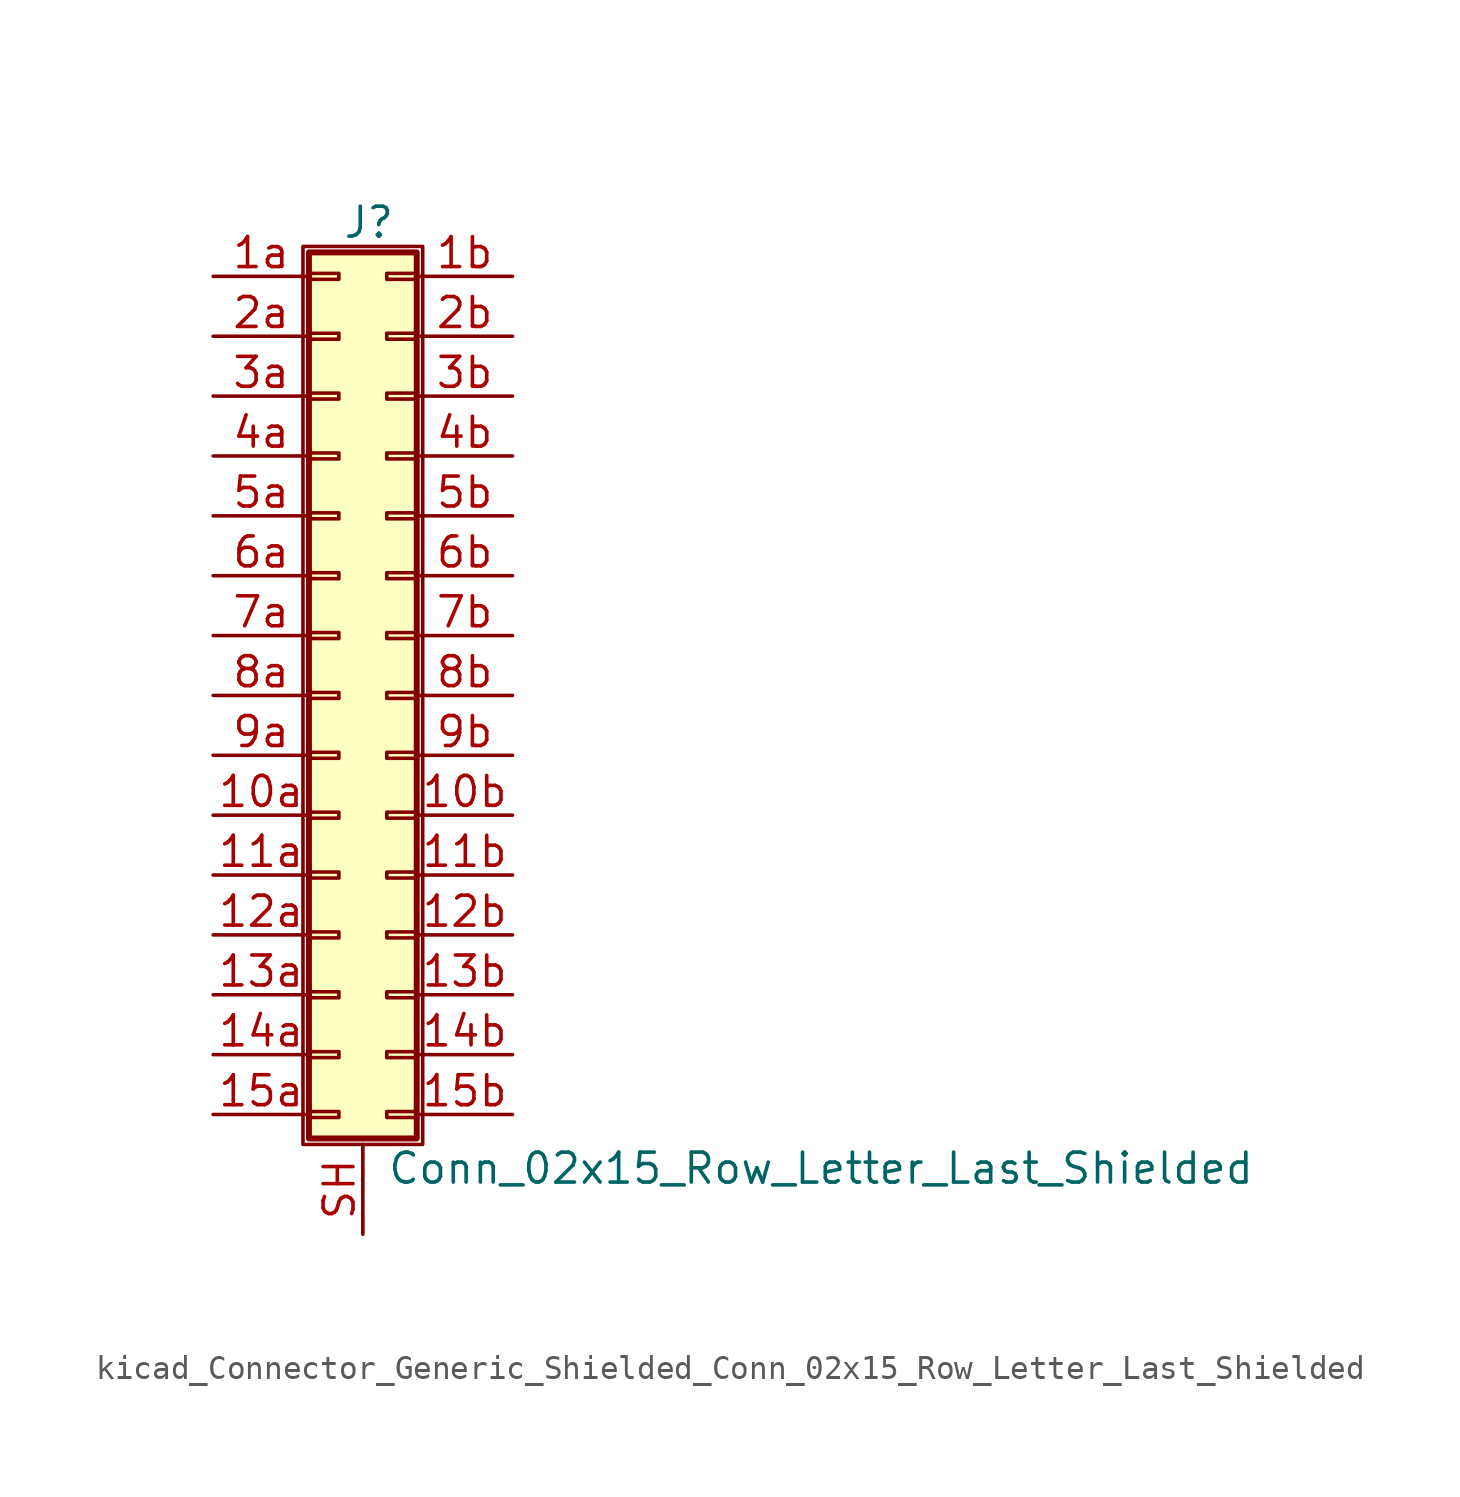
<source format=kicad_sym>
(kicad_symbol_lib
  (version 20220914)
  (generator kicad_symbol_editor)
  (symbol "kicad_Connector_Generic_Shielded_Conn_02x15_Row_Letter_Last_Shielded"
    (pin_names
      (offset 1.016) hide)
    (property "Reference" "J"
      (at 1.524 20.066 0)
      (effects (font (size 1.27 1.27))))
    (property "Value" "Conn_02x15_Row_Letter_Last_Shielded"
      (at 2.286 -20.066 0)
      (effects (font (size 1.27 1.27)) (justify left)))
    (symbol "kicad_Connector_Generic_Shielded_Conn_02x15_Row_Letter_Last_Shielded_1_1"
      (rectangle (start -1.27 19.05) (end 3.81 -19.05) (stroke (width 0.152) (type default)) (fill (type none)))
      (rectangle (start -1.016 -17.653) (end 0.254 -17.907) (stroke (width 0.152) (type default)) (fill (type none)))
      (rectangle (start -1.016 -15.113) (end 0.254 -15.367) (stroke (width 0.152) (type default)) (fill (type none)))
      (rectangle (start -1.016 -12.573) (end 0.254 -12.827) (stroke (width 0.152) (type default)) (fill (type none)))
      (rectangle (start -1.016 -10.033) (end 0.254 -10.287) (stroke (width 0.152) (type default)) (fill (type none)))
      (rectangle (start -1.016 -7.493) (end 0.254 -7.747) (stroke (width 0.152) (type default)) (fill (type none)))
      (rectangle (start -1.016 -4.953) (end 0.254 -5.207) (stroke (width 0.152) (type default)) (fill (type none)))
      (rectangle (start -1.016 -2.413) (end 0.254 -2.667) (stroke (width 0.152) (type default)) (fill (type none)))
      (rectangle (start -1.016 0.127) (end 0.254 -0.127) (stroke (width 0.152) (type default)) (fill (type none)))
      (rectangle (start -1.016 2.667) (end 0.254 2.413) (stroke (width 0.152) (type default)) (fill (type none)))
      (rectangle (start -1.016 5.207) (end 0.254 4.953) (stroke (width 0.152) (type default)) (fill (type none)))
      (rectangle (start -1.016 7.747) (end 0.254 7.493) (stroke (width 0.152) (type default)) (fill (type none)))
      (rectangle (start -1.016 10.287) (end 0.254 10.033) (stroke (width 0.152) (type default)) (fill (type none)))
      (rectangle (start -1.016 12.827) (end 0.254 12.573) (stroke (width 0.152) (type default)) (fill (type none)))
      (rectangle (start -1.016 15.367) (end 0.254 15.113) (stroke (width 0.152) (type default)) (fill (type none)))
      (rectangle (start -1.016 17.907) (end 0.254 17.653) (stroke (width 0.152) (type default)) (fill (type none)))
      (rectangle (start -1.016 18.796) (end 3.556 -18.796) (stroke (width 0.254) (type default)) (fill (type background)))
      (rectangle (start 3.556 -17.653) (end 2.286 -17.907) (stroke (width 0.152) (type default)) (fill (type none)))
      (rectangle (start 3.556 -15.113) (end 2.286 -15.367) (stroke (width 0.152) (type default)) (fill (type none)))
      (rectangle (start 3.556 -12.573) (end 2.286 -12.827) (stroke (width 0.152) (type default)) (fill (type none)))
      (rectangle (start 3.556 -10.033) (end 2.286 -10.287) (stroke (width 0.152) (type default)) (fill (type none)))
      (rectangle (start 3.556 -7.493) (end 2.286 -7.747) (stroke (width 0.152) (type default)) (fill (type none)))
      (rectangle (start 3.556 -4.953) (end 2.286 -5.207) (stroke (width 0.152) (type default)) (fill (type none)))
      (rectangle (start 3.556 -2.413) (end 2.286 -2.667) (stroke (width 0.152) (type default)) (fill (type none)))
      (rectangle (start 3.556 0.127) (end 2.286 -0.127) (stroke (width 0.152) (type default)) (fill (type none)))
      (rectangle (start 3.556 2.667) (end 2.286 2.413) (stroke (width 0.152) (type default)) (fill (type none)))
      (rectangle (start 3.556 5.207) (end 2.286 4.953) (stroke (width 0.152) (type default)) (fill (type none)))
      (rectangle (start 3.556 7.747) (end 2.286 7.493) (stroke (width 0.152) (type default)) (fill (type none)))
      (rectangle (start 3.556 10.287) (end 2.286 10.033) (stroke (width 0.152) (type default)) (fill (type none)))
      (rectangle (start 3.556 12.827) (end 2.286 12.573) (stroke (width 0.152) (type default)) (fill (type none)))
      (rectangle (start 3.556 15.367) (end 2.286 15.113) (stroke (width 0.152) (type default)) (fill (type none)))
      (rectangle (start 3.556 17.907) (end 2.286 17.653) (stroke (width 0.152) (type default)) (fill (type none)))
      (pin passive line (at -5.08 -5.08 0) (length 4.064) (name "Pin_10a" (effects (font (size 1.27 1.27)))) (number "10a" (effects (font (size 1.27 1.27)))))
      (pin passive line (at 7.62 -5.08 180) (length 4.064) (name "Pin_10b" (effects (font (size 1.27 1.27)))) (number "10b" (effects (font (size 1.27 1.27)))))
      (pin passive line (at -5.08 -7.62 0) (length 4.064) (name "Pin_11a" (effects (font (size 1.27 1.27)))) (number "11a" (effects (font (size 1.27 1.27)))))
      (pin passive line (at 7.62 -7.62 180) (length 4.064) (name "Pin_11b" (effects (font (size 1.27 1.27)))) (number "11b" (effects (font (size 1.27 1.27)))))
      (pin passive line (at -5.08 -10.16 0) (length 4.064) (name "Pin_12a" (effects (font (size 1.27 1.27)))) (number "12a" (effects (font (size 1.27 1.27)))))
      (pin passive line (at 7.62 -10.16 180) (length 4.064) (name "Pin_12b" (effects (font (size 1.27 1.27)))) (number "12b" (effects (font (size 1.27 1.27)))))
      (pin passive line (at -5.08 -12.7 0) (length 4.064) (name "Pin_13a" (effects (font (size 1.27 1.27)))) (number "13a" (effects (font (size 1.27 1.27)))))
      (pin passive line (at 7.62 -12.7 180) (length 4.064) (name "Pin_13b" (effects (font (size 1.27 1.27)))) (number "13b" (effects (font (size 1.27 1.27)))))
      (pin passive line (at -5.08 -15.24 0) (length 4.064) (name "Pin_14a" (effects (font (size 1.27 1.27)))) (number "14a" (effects (font (size 1.27 1.27)))))
      (pin passive line (at 7.62 -15.24 180) (length 4.064) (name "Pin_14b" (effects (font (size 1.27 1.27)))) (number "14b" (effects (font (size 1.27 1.27)))))
      (pin passive line (at -5.08 -17.78 0) (length 4.064) (name "Pin_15a" (effects (font (size 1.27 1.27)))) (number "15a" (effects (font (size 1.27 1.27)))))
      (pin passive line (at 7.62 -17.78 180) (length 4.064) (name "Pin_15b" (effects (font (size 1.27 1.27)))) (number "15b" (effects (font (size 1.27 1.27)))))
      (pin passive line (at -5.08 17.78 0) (length 4.064) (name "Pin_1a" (effects (font (size 1.27 1.27)))) (number "1a" (effects (font (size 1.27 1.27)))))
      (pin passive line (at 7.62 17.78 180) (length 4.064) (name "Pin_1b" (effects (font (size 1.27 1.27)))) (number "1b" (effects (font (size 1.27 1.27)))))
      (pin passive line (at -5.08 15.24 0) (length 4.064) (name "Pin_2a" (effects (font (size 1.27 1.27)))) (number "2a" (effects (font (size 1.27 1.27)))))
      (pin passive line (at 7.62 15.24 180) (length 4.064) (name "Pin_2b" (effects (font (size 1.27 1.27)))) (number "2b" (effects (font (size 1.27 1.27)))))
      (pin passive line (at -5.08 12.7 0) (length 4.064) (name "Pin_3a" (effects (font (size 1.27 1.27)))) (number "3a" (effects (font (size 1.27 1.27)))))
      (pin passive line (at 7.62 12.7 180) (length 4.064) (name "Pin_3b" (effects (font (size 1.27 1.27)))) (number "3b" (effects (font (size 1.27 1.27)))))
      (pin passive line (at -5.08 10.16 0) (length 4.064) (name "Pin_4a" (effects (font (size 1.27 1.27)))) (number "4a" (effects (font (size 1.27 1.27)))))
      (pin passive line (at 7.62 10.16 180) (length 4.064) (name "Pin_4b" (effects (font (size 1.27 1.27)))) (number "4b" (effects (font (size 1.27 1.27)))))
      (pin passive line (at -5.08 7.62 0) (length 4.064) (name "Pin_5a" (effects (font (size 1.27 1.27)))) (number "5a" (effects (font (size 1.27 1.27)))))
      (pin passive line (at 7.62 7.62 180) (length 4.064) (name "Pin_5b" (effects (font (size 1.27 1.27)))) (number "5b" (effects (font (size 1.27 1.27)))))
      (pin passive line (at -5.08 5.08 0) (length 4.064) (name "Pin_6a" (effects (font (size 1.27 1.27)))) (number "6a" (effects (font (size 1.27 1.27)))))
      (pin passive line (at 7.62 5.08 180) (length 4.064) (name "Pin_6b" (effects (font (size 1.27 1.27)))) (number "6b" (effects (font (size 1.27 1.27)))))
      (pin passive line (at -5.08 2.54 0) (length 4.064) (name "Pin_7a" (effects (font (size 1.27 1.27)))) (number "7a" (effects (font (size 1.27 1.27)))))
      (pin passive line (at 7.62 2.54 180) (length 4.064) (name "Pin_7b" (effects (font (size 1.27 1.27)))) (number "7b" (effects (font (size 1.27 1.27)))))
      (pin passive line (at -5.08 0 0) (length 4.064) (name "Pin_8a" (effects (font (size 1.27 1.27)))) (number "8a" (effects (font (size 1.27 1.27)))))
      (pin passive line (at 7.62 0 180) (length 4.064) (name "Pin_8b" (effects (font (size 1.27 1.27)))) (number "8b" (effects (font (size 1.27 1.27)))))
      (pin passive line (at -5.08 -2.54 0) (length 4.064) (name "Pin_9a" (effects (font (size 1.27 1.27)))) (number "9a" (effects (font (size 1.27 1.27)))))
      (pin passive line (at 7.62 -2.54 180) (length 4.064) (name "Pin_9b" (effects (font (size 1.27 1.27)))) (number "9b" (effects (font (size 1.27 1.27)))))
      (pin passive line (at 1.27 -22.86 90) (length 3.81) (name "Shield" (effects (font (size 1.27 1.27)))) (number "SH" (effects (font (size 1.27 1.27))))))))
</source>
